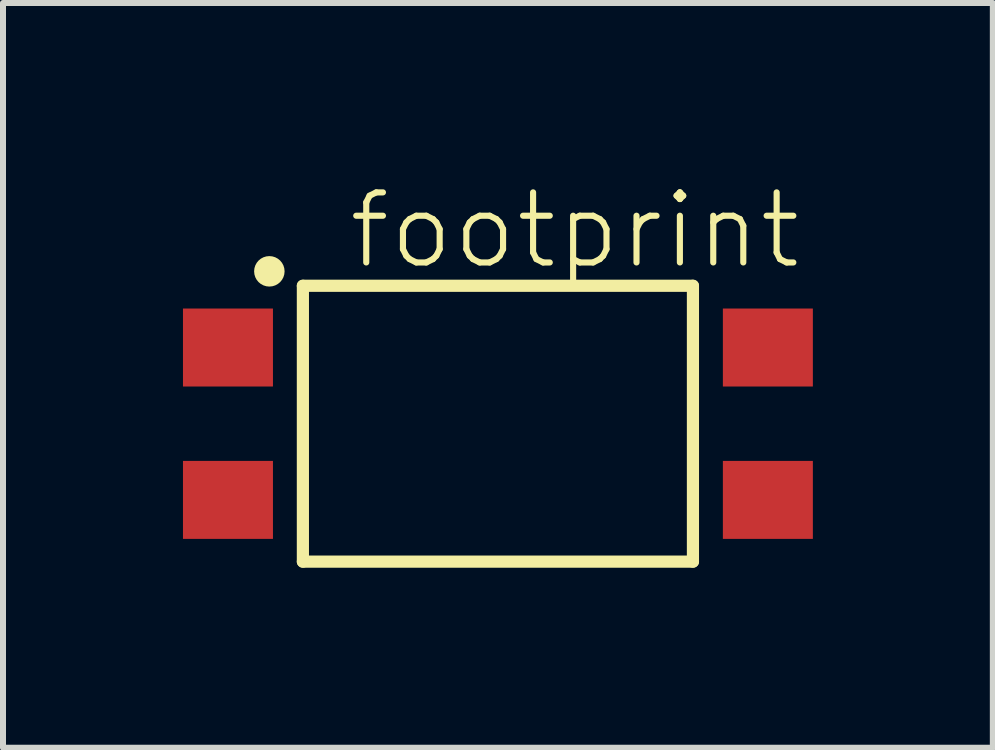
<source format=kicad_pcb>
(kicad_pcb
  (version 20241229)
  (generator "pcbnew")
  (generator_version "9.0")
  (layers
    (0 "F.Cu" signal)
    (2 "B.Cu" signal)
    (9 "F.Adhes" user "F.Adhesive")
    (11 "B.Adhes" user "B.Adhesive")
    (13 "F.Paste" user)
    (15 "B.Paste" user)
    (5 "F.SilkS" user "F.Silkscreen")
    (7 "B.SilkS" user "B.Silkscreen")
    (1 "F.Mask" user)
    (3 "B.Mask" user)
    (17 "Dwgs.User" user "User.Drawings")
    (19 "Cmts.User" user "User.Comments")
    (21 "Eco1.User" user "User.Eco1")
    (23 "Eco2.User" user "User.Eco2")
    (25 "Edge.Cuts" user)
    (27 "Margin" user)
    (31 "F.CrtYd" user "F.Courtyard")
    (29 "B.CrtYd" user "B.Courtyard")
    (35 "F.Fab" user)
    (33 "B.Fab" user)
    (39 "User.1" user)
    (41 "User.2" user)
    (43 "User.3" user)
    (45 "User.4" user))
  (footprint "footprint"
    (layer "F.Cu")
    (at 5.25 4.013)
    (property "Reference" "footprint" (at -2.54 -2.54 0) (layer "F.SilkS") (effects (font (size 1.168 1.168) (thickness 0.102)) (justify left bottom)))
    (fp_line (start -3.251 -2.299) (end -3.251 2.299) (stroke (width 0.203) (type solid)) (layer "F.SilkS"))
    (fp_line (start -3.251 -2.299) (end 3.251 -2.299) (stroke (width 0.203) (type solid)) (layer "F.SilkS"))
    (fp_line (start 3.251 -2.299) (end 3.251 2.299) (stroke (width 0.203) (type solid)) (layer "F.SilkS"))
    (fp_line (start 3.251 2.299) (end -3.251 2.299) (stroke (width 0.203) (type solid)) (layer "F.SilkS"))
    (fp_circle (center -3.81 -2.54) (end -3.683 -2.54) (stroke (width 0.254) (type solid)) (fill no) (layer "F.SilkS"))
    (pad "1" smd rect (at -4.5 -1.27 270) (size 1.3 1.5) (layers "F.Cu" "F.Mask" "F.Paste"))
    (pad "2" smd rect (at -4.5 1.27 270) (size 1.3 1.5) (layers "F.Cu" "F.Mask" "F.Paste"))
    (pad "3" smd rect (at 4.5 1.27 270) (size 1.3 1.5) (layers "F.Cu" "F.Mask" "F.Paste"))
    (pad "4" smd rect (at 4.5 -1.27 270) (size 1.3 1.5) (layers "F.Cu" "F.Mask" "F.Paste")))
  (gr_rect
    (start -3 -3)
    (end 13.5 9.414)
    (stroke (width 0.1) (type default))
    (fill no)
    (layer "Edge.Cuts")))
</source>
